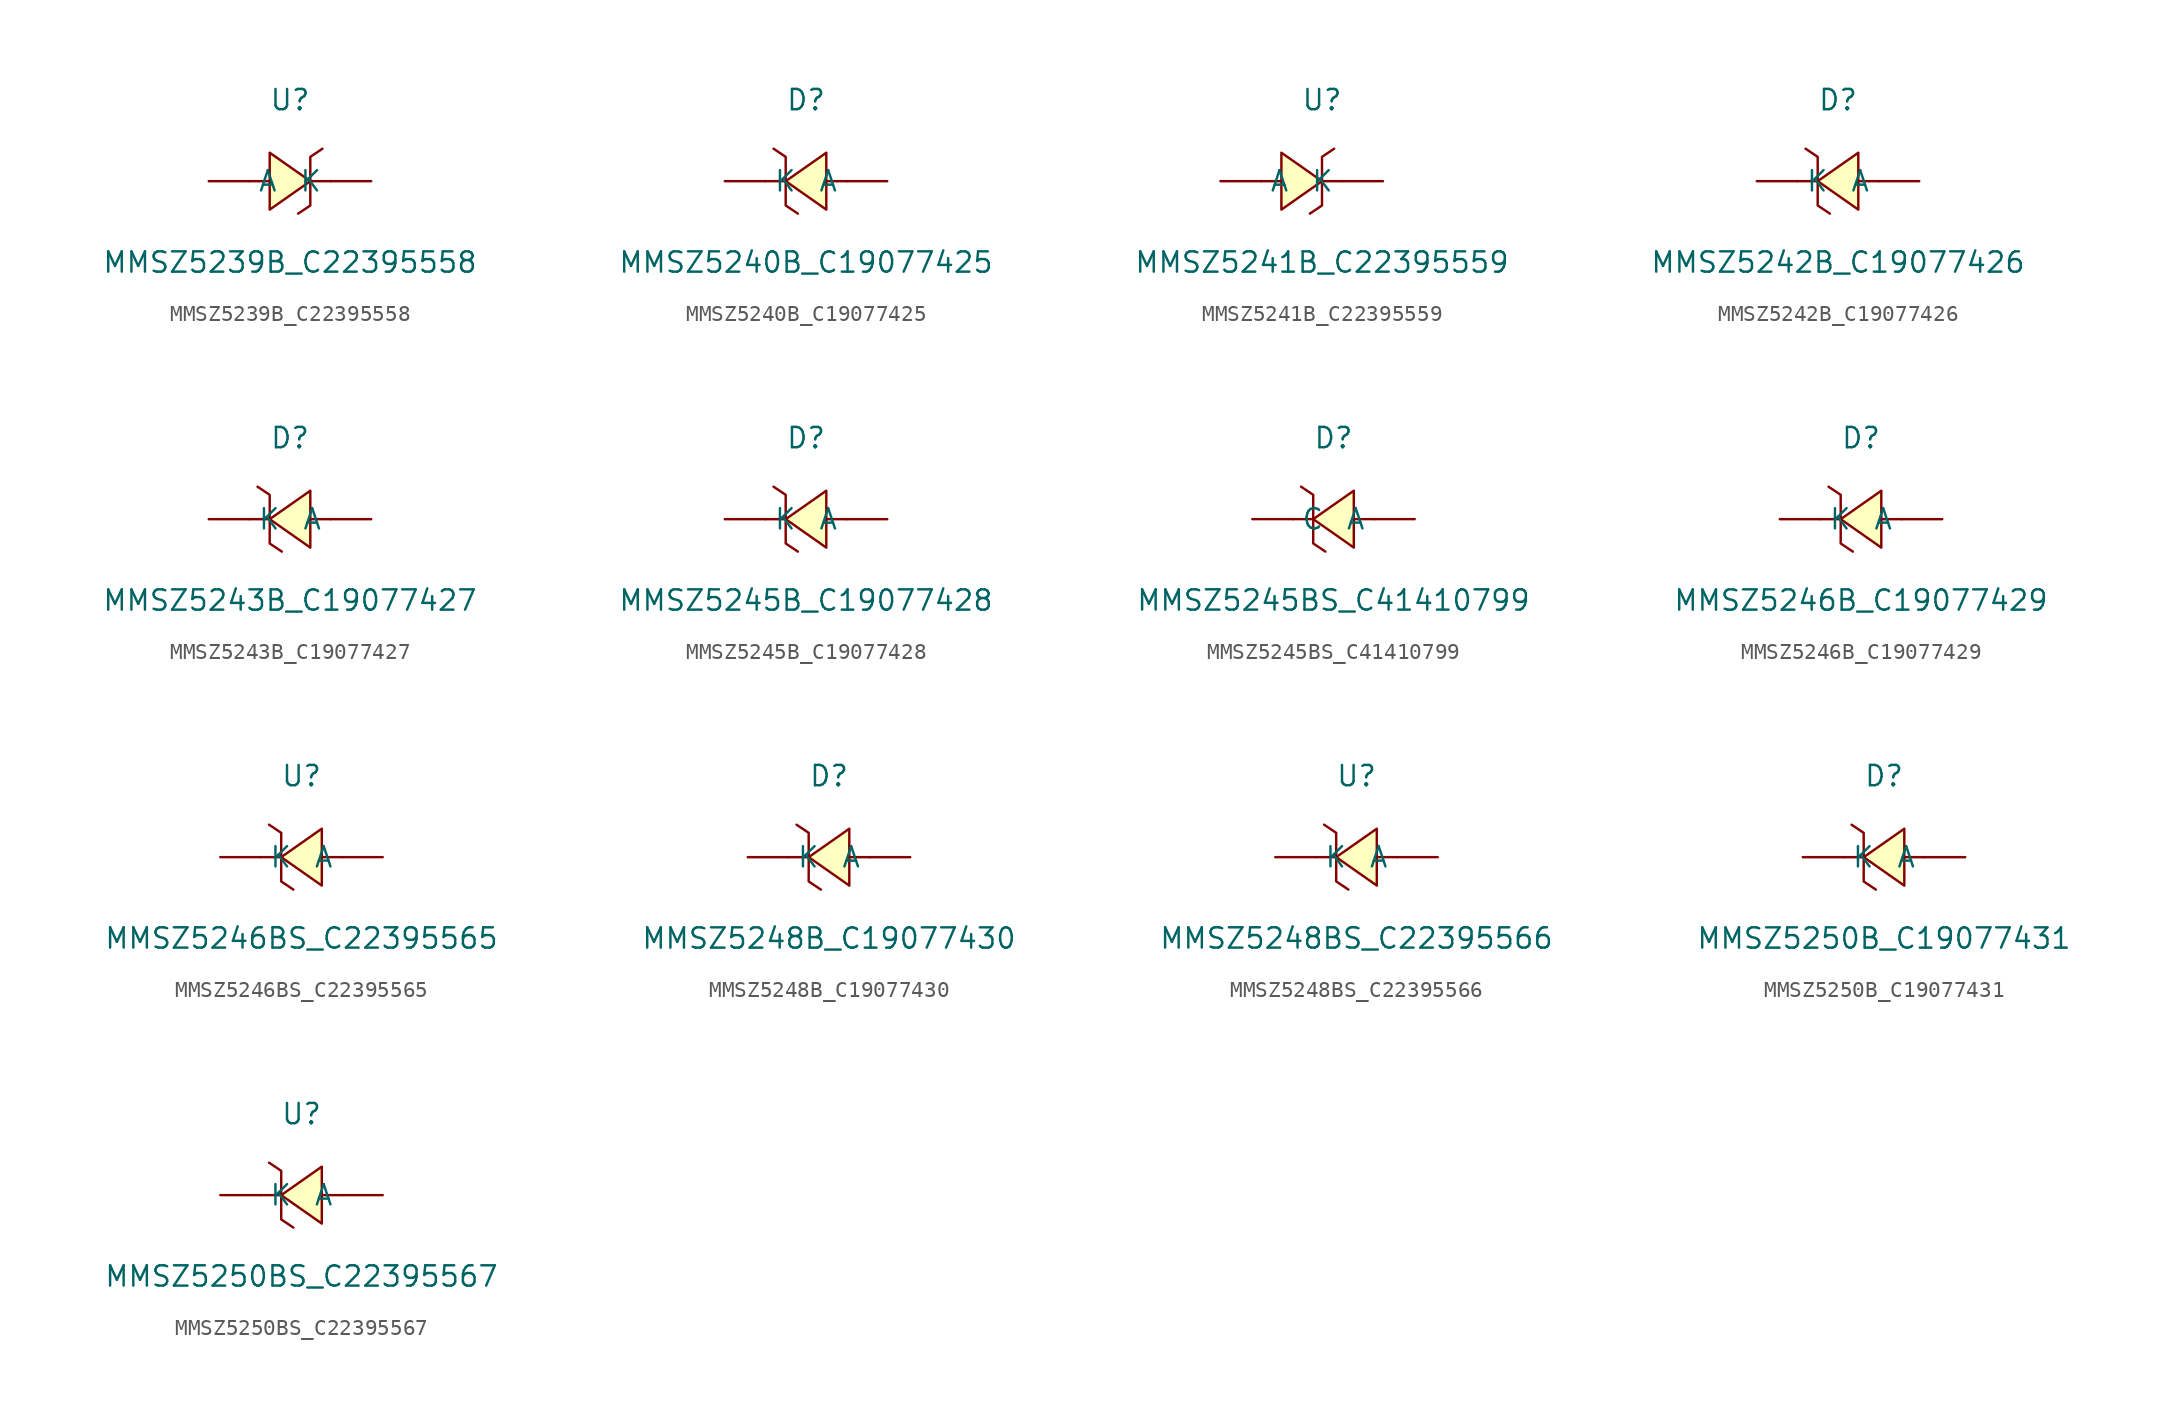
<source format=kicad_sym>
(kicad_symbol_lib
  (version 20241209)
  (generator "kicad_symbol_editor")
  (generator_version "9.0")
  (symbol "MMSZ5239B_C22395558"
    (pin_numbers
      (hide yes))
    (property "Reference" "U"
      (at 0 5.08 0)
      (effects (font (size 1.27 1.27))))
    (property "Value" "MMSZ5239B_C22395558"
      (at 0 -5.08 0)
      (effects (font (size 1.27 1.27))))
    (symbol "MMSZ5239B_C22395558_0_1"
      (polyline (pts (xy -2.54 0) (xy -1.27 0)) (stroke (width 0) (type default)) (fill (type none)))
      (polyline (pts (xy -1.27 1.78) (xy 1.27 0) (xy -1.27 -1.78) (xy -1.27 1.78)) (stroke (width 0) (type default)) (fill (type background)))
      (polyline (pts (xy 1.27 0) (xy 2.54 0)) (stroke (width 0) (type default)) (fill (type none)))
      (polyline (pts (xy 2.03 2.03) (xy 1.27 1.52) (xy 1.27 -1.52) (xy 0.51 -2.03)) (stroke (width 0) (type default)) (fill (type none)))
      (pin unspecified line (at -5.08 0 0) (length 2.54) (name "A" (effects (font (size 1.27 1.27)))) (number "1" (effects (font (size 1.27 1.27)))))
      (pin unspecified line (at 5.08 0 180) (length 2.54) (name "K" (effects (font (size 1.27 1.27)))) (number "2" (effects (font (size 1.27 1.27)))))))
  (symbol "MMSZ5240B_C19077425"
    (pin_numbers
      (hide yes))
    (property "Reference" "D"
      (at 0 5.08 0)
      (effects (font (size 1.27 1.27))))
    (property "Value" "MMSZ5240B_C19077425"
      (at 0 -5.08 0)
      (effects (font (size 1.27 1.27))))
    (symbol "MMSZ5240B_C19077425_0_1"
      (polyline (pts (xy -2.03 2.03) (xy -1.27 1.52) (xy -1.27 -1.52) (xy -0.51 -2.03)) (stroke (width 0) (type default)) (fill (type none)))
      (polyline (pts (xy -1.27 0) (xy -2.54 0)) (stroke (width 0) (type default)) (fill (type none)))
      (polyline (pts (xy 1.27 1.78) (xy -1.27 0) (xy 1.27 -1.78) (xy 1.27 1.78)) (stroke (width 0) (type default)) (fill (type background)))
      (polyline (pts (xy 2.54 0) (xy 1.27 0)) (stroke (width 0) (type default)) (fill (type none)))
      (pin unspecified line (at -5.08 0 0) (length 2.54) (name "K" (effects (font (size 1.27 1.27)))) (number "1" (effects (font (size 1.27 1.27)))))
      (pin unspecified line (at 5.08 0 180) (length 2.54) (name "A" (effects (font (size 1.27 1.27)))) (number "2" (effects (font (size 1.27 1.27)))))))
  (symbol "MMSZ5241B_C22395559"
    (pin_numbers
      (hide yes))
    (property "Reference" "U"
      (at 0 5.08 0)
      (effects (font (size 1.27 1.27))))
    (property "Value" "MMSZ5241B_C22395559"
      (at 0 -5.08 0)
      (effects (font (size 1.27 1.27))))
    (symbol "MMSZ5241B_C22395559_0_1"
      (polyline (pts (xy -3.81 0) (xy -2.54 0)) (stroke (width 0) (type default)) (fill (type none)))
      (polyline (pts (xy -2.54 1.78) (xy 0 0) (xy -2.54 -1.78) (xy -2.54 1.78)) (stroke (width 0) (type default)) (fill (type background)))
      (polyline (pts (xy 0 0) (xy 1.27 0)) (stroke (width 0) (type default)) (fill (type none)))
      (polyline (pts (xy 0.76 2.03) (xy 0 1.52) (xy 0 -1.52) (xy -0.76 -2.03)) (stroke (width 0) (type default)) (fill (type none)))
      (pin unspecified line (at -6.35 0 0) (length 2.54) (name "A" (effects (font (size 1.27 1.27)))) (number "1" (effects (font (size 1.27 1.27)))))
      (pin unspecified line (at 3.81 0 180) (length 2.54) (name "K" (effects (font (size 1.27 1.27)))) (number "2" (effects (font (size 1.27 1.27)))))))
  (symbol "MMSZ5242B_C19077426"
    (pin_numbers
      (hide yes))
    (property "Reference" "D"
      (at 0 5.08 0)
      (effects (font (size 1.27 1.27))))
    (property "Value" "MMSZ5242B_C19077426"
      (at 0 -5.08 0)
      (effects (font (size 1.27 1.27))))
    (symbol "MMSZ5242B_C19077426_0_1"
      (polyline (pts (xy -2.03 2.03) (xy -1.27 1.52) (xy -1.27 -1.52) (xy -0.51 -2.03)) (stroke (width 0) (type default)) (fill (type none)))
      (polyline (pts (xy -1.27 0) (xy -2.54 0)) (stroke (width 0) (type default)) (fill (type none)))
      (polyline (pts (xy 1.27 1.78) (xy -1.27 0) (xy 1.27 -1.78) (xy 1.27 1.78)) (stroke (width 0) (type default)) (fill (type background)))
      (polyline (pts (xy 2.54 0) (xy 1.27 0)) (stroke (width 0) (type default)) (fill (type none)))
      (pin unspecified line (at -5.08 0 0) (length 2.54) (name "K" (effects (font (size 1.27 1.27)))) (number "1" (effects (font (size 1.27 1.27)))))
      (pin unspecified line (at 5.08 0 180) (length 2.54) (name "A" (effects (font (size 1.27 1.27)))) (number "2" (effects (font (size 1.27 1.27)))))))
  (symbol "MMSZ5243B_C19077427"
    (pin_numbers
      (hide yes))
    (property "Reference" "D"
      (at 0 5.08 0)
      (effects (font (size 1.27 1.27))))
    (property "Value" "MMSZ5243B_C19077427"
      (at 0 -5.08 0)
      (effects (font (size 1.27 1.27))))
    (symbol "MMSZ5243B_C19077427_0_1"
      (polyline (pts (xy -2.03 2.03) (xy -1.27 1.52) (xy -1.27 -1.52) (xy -0.51 -2.03)) (stroke (width 0) (type default)) (fill (type none)))
      (polyline (pts (xy -1.27 0) (xy -2.54 0)) (stroke (width 0) (type default)) (fill (type none)))
      (polyline (pts (xy 1.27 1.78) (xy -1.27 0) (xy 1.27 -1.78) (xy 1.27 1.78)) (stroke (width 0) (type default)) (fill (type background)))
      (polyline (pts (xy 2.54 0) (xy 1.27 0)) (stroke (width 0) (type default)) (fill (type none)))
      (pin unspecified line (at -5.08 0 0) (length 2.54) (name "K" (effects (font (size 1.27 1.27)))) (number "1" (effects (font (size 1.27 1.27)))))
      (pin unspecified line (at 5.08 0 180) (length 2.54) (name "A" (effects (font (size 1.27 1.27)))) (number "2" (effects (font (size 1.27 1.27)))))))
  (symbol "MMSZ5245B_C19077428"
    (pin_numbers
      (hide yes))
    (property "Reference" "D"
      (at 0 5.08 0)
      (effects (font (size 1.27 1.27))))
    (property "Value" "MMSZ5245B_C19077428"
      (at 0 -5.08 0)
      (effects (font (size 1.27 1.27))))
    (symbol "MMSZ5245B_C19077428_0_1"
      (polyline (pts (xy -2.03 2.03) (xy -1.27 1.52) (xy -1.27 -1.52) (xy -0.51 -2.03)) (stroke (width 0) (type default)) (fill (type none)))
      (polyline (pts (xy -1.27 0) (xy -2.54 0)) (stroke (width 0) (type default)) (fill (type none)))
      (polyline (pts (xy 1.27 1.78) (xy -1.27 0) (xy 1.27 -1.78) (xy 1.27 1.78)) (stroke (width 0) (type default)) (fill (type background)))
      (polyline (pts (xy 2.54 0) (xy 1.27 0)) (stroke (width 0) (type default)) (fill (type none)))
      (pin unspecified line (at -5.08 0 0) (length 2.54) (name "K" (effects (font (size 1.27 1.27)))) (number "1" (effects (font (size 1.27 1.27)))))
      (pin unspecified line (at 5.08 0 180) (length 2.54) (name "A" (effects (font (size 1.27 1.27)))) (number "2" (effects (font (size 1.27 1.27)))))))
  (symbol "MMSZ5245BS_C41410799"
    (pin_numbers
      (hide yes))
    (property "Reference" "D"
      (at 0 5.08 0)
      (effects (font (size 1.27 1.27))))
    (property "Value" "MMSZ5245BS_C41410799"
      (at 0 -5.08 0)
      (effects (font (size 1.27 1.27))))
    (symbol "MMSZ5245BS_C41410799_0_1"
      (polyline (pts (xy -2.03 2.03) (xy -1.27 1.52) (xy -1.27 -1.52) (xy -0.51 -2.03)) (stroke (width 0) (type default)) (fill (type none)))
      (polyline (pts (xy -1.27 0) (xy -2.54 0)) (stroke (width 0) (type default)) (fill (type none)))
      (polyline (pts (xy 1.27 1.78) (xy -1.27 0) (xy 1.27 -1.78) (xy 1.27 1.78)) (stroke (width 0) (type default)) (fill (type background)))
      (polyline (pts (xy 2.54 0) (xy 1.27 0)) (stroke (width 0) (type default)) (fill (type none)))
      (pin unspecified line (at -5.08 0 0) (length 2.54) (name "C" (effects (font (size 1.27 1.27)))) (number "1" (effects (font (size 1.27 1.27)))))
      (pin unspecified line (at 5.08 0 180) (length 2.54) (name "A" (effects (font (size 1.27 1.27)))) (number "2" (effects (font (size 1.27 1.27)))))))
  (symbol "MMSZ5246B_C19077429"
    (pin_numbers
      (hide yes))
    (property "Reference" "D"
      (at 0 5.08 0)
      (effects (font (size 1.27 1.27))))
    (property "Value" "MMSZ5246B_C19077429"
      (at 0 -5.08 0)
      (effects (font (size 1.27 1.27))))
    (symbol "MMSZ5246B_C19077429_0_1"
      (polyline (pts (xy -2.03 2.03) (xy -1.27 1.52) (xy -1.27 -1.52) (xy -0.51 -2.03)) (stroke (width 0) (type default)) (fill (type none)))
      (polyline (pts (xy -1.27 0) (xy -2.54 0)) (stroke (width 0) (type default)) (fill (type none)))
      (polyline (pts (xy 1.27 1.78) (xy -1.27 0) (xy 1.27 -1.78) (xy 1.27 1.78)) (stroke (width 0) (type default)) (fill (type background)))
      (polyline (pts (xy 2.54 0) (xy 1.27 0)) (stroke (width 0) (type default)) (fill (type none)))
      (pin unspecified line (at -5.08 0 0) (length 2.54) (name "K" (effects (font (size 1.27 1.27)))) (number "1" (effects (font (size 1.27 1.27)))))
      (pin unspecified line (at 5.08 0 180) (length 2.54) (name "A" (effects (font (size 1.27 1.27)))) (number "2" (effects (font (size 1.27 1.27)))))))
  (symbol "MMSZ5246BS_C22395565"
    (pin_numbers
      (hide yes))
    (property "Reference" "U"
      (at 0 5.08 0)
      (effects (font (size 1.27 1.27))))
    (property "Value" "MMSZ5246BS_C22395565"
      (at 0 -5.08 0)
      (effects (font (size 1.27 1.27))))
    (symbol "MMSZ5246BS_C22395565_0_1"
      (polyline (pts (xy -2.03 2.03) (xy -1.27 1.52) (xy -1.27 -1.52) (xy -0.51 -2.03)) (stroke (width 0) (type default)) (fill (type none)))
      (polyline (pts (xy -1.27 0) (xy -2.54 0)) (stroke (width 0) (type default)) (fill (type none)))
      (polyline (pts (xy 1.27 1.78) (xy -1.27 0) (xy 1.27 -1.78) (xy 1.27 1.78)) (stroke (width 0) (type default)) (fill (type background)))
      (polyline (pts (xy 2.54 0) (xy 1.27 0)) (stroke (width 0) (type default)) (fill (type none)))
      (pin unspecified line (at -5.08 0 0) (length 2.54) (name "K" (effects (font (size 1.27 1.27)))) (number "1" (effects (font (size 1.27 1.27)))))
      (pin unspecified line (at 5.08 0 180) (length 2.54) (name "A" (effects (font (size 1.27 1.27)))) (number "2" (effects (font (size 1.27 1.27)))))))
  (symbol "MMSZ5248B_C19077430"
    (pin_numbers
      (hide yes))
    (property "Reference" "D"
      (at 0 5.08 0)
      (effects (font (size 1.27 1.27))))
    (property "Value" "MMSZ5248B_C19077430"
      (at 0 -5.08 0)
      (effects (font (size 1.27 1.27))))
    (symbol "MMSZ5248B_C19077430_0_1"
      (polyline (pts (xy -2.03 2.03) (xy -1.27 1.52) (xy -1.27 -1.52) (xy -0.51 -2.03)) (stroke (width 0) (type default)) (fill (type none)))
      (polyline (pts (xy -1.27 0) (xy -2.54 0)) (stroke (width 0) (type default)) (fill (type none)))
      (polyline (pts (xy 1.27 1.78) (xy -1.27 0) (xy 1.27 -1.78) (xy 1.27 1.78)) (stroke (width 0) (type default)) (fill (type background)))
      (polyline (pts (xy 2.54 0) (xy 1.27 0)) (stroke (width 0) (type default)) (fill (type none)))
      (pin unspecified line (at -5.08 0 0) (length 2.54) (name "K" (effects (font (size 1.27 1.27)))) (number "1" (effects (font (size 1.27 1.27)))))
      (pin unspecified line (at 5.08 0 180) (length 2.54) (name "A" (effects (font (size 1.27 1.27)))) (number "2" (effects (font (size 1.27 1.27)))))))
  (symbol "MMSZ5248BS_C22395566"
    (pin_numbers
      (hide yes))
    (property "Reference" "U"
      (at 0 5.08 0)
      (effects (font (size 1.27 1.27))))
    (property "Value" "MMSZ5248BS_C22395566"
      (at 0 -5.08 0)
      (effects (font (size 1.27 1.27))))
    (symbol "MMSZ5248BS_C22395566_0_1"
      (polyline (pts (xy -2.03 2.03) (xy -1.27 1.52) (xy -1.27 -1.52) (xy -0.51 -2.03)) (stroke (width 0) (type default)) (fill (type none)))
      (polyline (pts (xy -1.27 0) (xy -2.54 0)) (stroke (width 0) (type default)) (fill (type none)))
      (polyline (pts (xy 1.27 1.78) (xy -1.27 0) (xy 1.27 -1.78) (xy 1.27 1.78)) (stroke (width 0) (type default)) (fill (type background)))
      (polyline (pts (xy 2.54 0) (xy 1.27 0)) (stroke (width 0) (type default)) (fill (type none)))
      (pin unspecified line (at -5.08 0 0) (length 2.54) (name "K" (effects (font (size 1.27 1.27)))) (number "1" (effects (font (size 1.27 1.27)))))
      (pin unspecified line (at 5.08 0 180) (length 2.54) (name "A" (effects (font (size 1.27 1.27)))) (number "2" (effects (font (size 1.27 1.27)))))))
  (symbol "MMSZ5250B_C19077431"
    (pin_numbers
      (hide yes))
    (property "Reference" "D"
      (at 0 5.08 0)
      (effects (font (size 1.27 1.27))))
    (property "Value" "MMSZ5250B_C19077431"
      (at 0 -5.08 0)
      (effects (font (size 1.27 1.27))))
    (symbol "MMSZ5250B_C19077431_0_1"
      (polyline (pts (xy -2.03 2.03) (xy -1.27 1.52) (xy -1.27 -1.52) (xy -0.51 -2.03)) (stroke (width 0) (type default)) (fill (type none)))
      (polyline (pts (xy -1.27 0) (xy -2.54 0)) (stroke (width 0) (type default)) (fill (type none)))
      (polyline (pts (xy 1.27 1.78) (xy -1.27 0) (xy 1.27 -1.78) (xy 1.27 1.78)) (stroke (width 0) (type default)) (fill (type background)))
      (polyline (pts (xy 2.54 0) (xy 1.27 0)) (stroke (width 0) (type default)) (fill (type none)))
      (pin unspecified line (at -5.08 0 0) (length 2.54) (name "K" (effects (font (size 1.27 1.27)))) (number "1" (effects (font (size 1.27 1.27)))))
      (pin unspecified line (at 5.08 0 180) (length 2.54) (name "A" (effects (font (size 1.27 1.27)))) (number "2" (effects (font (size 1.27 1.27)))))))
  (symbol "MMSZ5250BS_C22395567"
    (pin_numbers
      (hide yes))
    (property "Reference" "U"
      (at 0 5.08 0)
      (effects (font (size 1.27 1.27))))
    (property "Value" "MMSZ5250BS_C22395567"
      (at 0 -5.08 0)
      (effects (font (size 1.27 1.27))))
    (symbol "MMSZ5250BS_C22395567_0_1"
      (polyline (pts (xy -2.03 2.03) (xy -1.27 1.52) (xy -1.27 -1.52) (xy -0.51 -2.03)) (stroke (width 0) (type default)) (fill (type none)))
      (polyline (pts (xy -1.27 0) (xy -2.54 0)) (stroke (width 0) (type default)) (fill (type none)))
      (polyline (pts (xy 1.27 1.78) (xy -1.27 0) (xy 1.27 -1.78) (xy 1.27 1.78)) (stroke (width 0) (type default)) (fill (type background)))
      (polyline (pts (xy 2.54 0) (xy 1.27 0)) (stroke (width 0) (type default)) (fill (type none)))
      (pin unspecified line (at -5.08 0 0) (length 2.54) (name "K" (effects (font (size 1.27 1.27)))) (number "1" (effects (font (size 1.27 1.27)))))
      (pin unspecified line (at 5.08 0 180) (length 2.54) (name "A" (effects (font (size 1.27 1.27)))) (number "2" (effects (font (size 1.27 1.27))))))))
</source>
